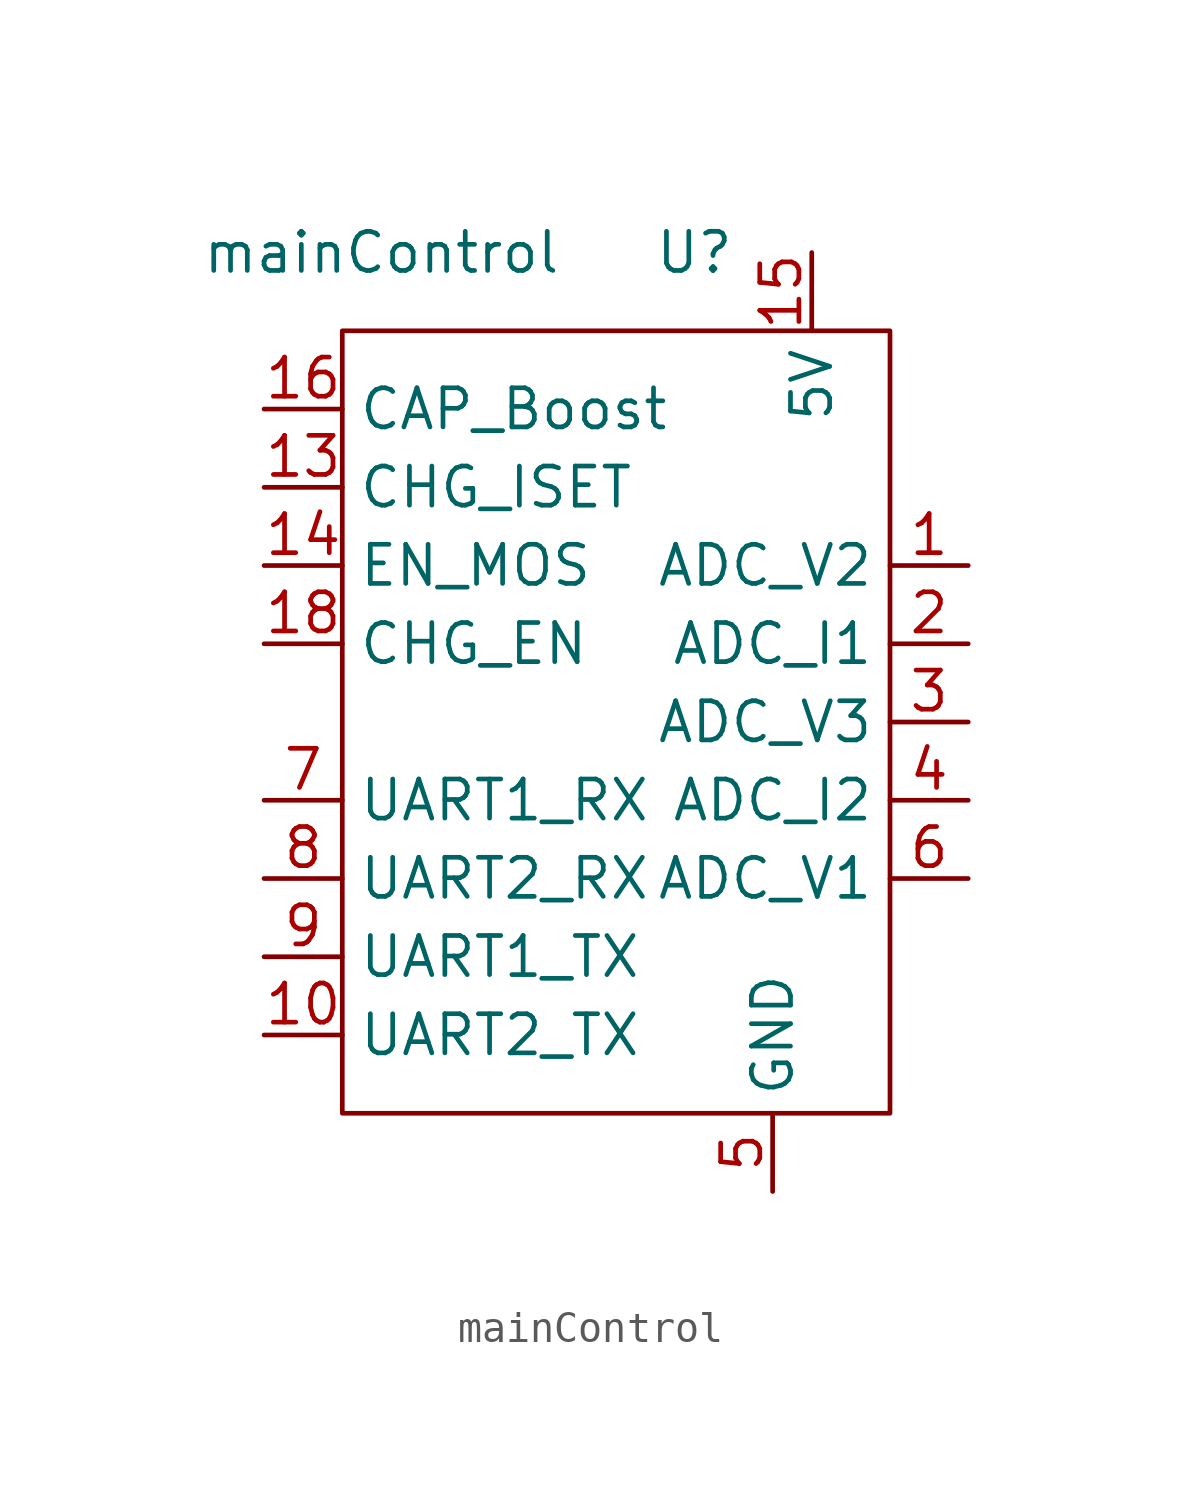
<source format=kicad_sym>
(kicad_symbol_lib
  (version 20211014)
  (generator kicad_symbol_editor)
  (symbol "mainControl"
    (property "Reference" "U"
      (at 3.81 8.89 0)
      (effects (font (size 1.27 1.27))))
    (property "Value" "mainControl"
      (at -6.35 8.89 0)
      (effects (font (size 1.27 1.27))))
    (symbol "mainControl_0_1"
      (rectangle (start -7.62 6.35) (end 10.16 -19.05) (stroke (width 0.152) (type default) (color 0 0 0 0)) (fill (type none))))
    (symbol "mainControl_1_1"
      (pin bidirectional line (at 12.7 -1.27 180) (length 2.54) (name "ADC_V2" (effects (font (size 1.27 1.27)))) (number "1" (effects (font (size 1.27 1.27)))))
      (pin bidirectional line (at -10.16 -16.51 0) (length 2.54) (name "UART2_TX" (effects (font (size 1.27 1.27)))) (number "10" (effects (font (size 1.27 1.27)))))
      (pin power_in line (at 6.35 -21.59 90) (length 2.54) hide (name "GND" (effects (font (size 1.27 1.27)))) (number "11" (effects (font (size 1.27 1.27)))))
      (pin power_in line (at 6.35 -21.59 90) (length 2.54) hide (name "GND" (effects (font (size 1.27 1.27)))) (number "12" (effects (font (size 1.27 1.27)))))
      (pin bidirectional line (at -10.16 1.27 0) (length 2.54) (name "CHG_ISET" (effects (font (size 1.27 1.27)))) (number "13" (effects (font (size 1.27 1.27)))))
      (pin bidirectional line (at -10.16 -1.27 0) (length 2.54) (name "EN_MOS" (effects (font (size 1.27 1.27)))) (number "14" (effects (font (size 1.27 1.27)))))
      (pin power_in line (at 7.62 8.89 270) (length 2.54) (name "5V" (effects (font (size 1.27 1.27)))) (number "15" (effects (font (size 1.27 1.27)))))
      (pin bidirectional line (at -10.16 3.81 0) (length 2.54) (name "CAP_Boost" (effects (font (size 1.27 1.27)))) (number "16" (effects (font (size 1.27 1.27)))))
      (pin power_in line (at 6.35 -21.59 90) (length 2.54) hide (name "GND" (effects (font (size 1.27 1.27)))) (number "17" (effects (font (size 1.27 1.27)))))
      (pin bidirectional line (at -10.16 -3.81 0) (length 2.54) (name "CHG_EN" (effects (font (size 1.27 1.27)))) (number "18" (effects (font (size 1.27 1.27)))))
      (pin bidirectional line (at 12.7 -3.81 180) (length 2.54) (name "ADC_I1" (effects (font (size 1.27 1.27)))) (number "2" (effects (font (size 1.27 1.27)))))
      (pin bidirectional line (at 12.7 -6.35 180) (length 2.54) (name "ADC_V3" (effects (font (size 1.27 1.27)))) (number "3" (effects (font (size 1.27 1.27)))))
      (pin bidirectional line (at 12.7 -8.89 180) (length 2.54) (name "ADC_I2" (effects (font (size 1.27 1.27)))) (number "4" (effects (font (size 1.27 1.27)))))
      (pin power_in line (at 6.35 -21.59 90) (length 2.54) (name "GND" (effects (font (size 1.27 1.27)))) (number "5" (effects (font (size 1.27 1.27)))))
      (pin bidirectional line (at 12.7 -11.43 180) (length 2.54) (name "ADC_V1" (effects (font (size 1.27 1.27)))) (number "6" (effects (font (size 1.27 1.27)))))
      (pin bidirectional line (at -10.16 -8.89 0) (length 2.54) (name "UART1_RX" (effects (font (size 1.27 1.27)))) (number "7" (effects (font (size 1.27 1.27)))))
      (pin bidirectional line (at -10.16 -11.43 0) (length 2.54) (name "UART2_RX" (effects (font (size 1.27 1.27)))) (number "8" (effects (font (size 1.27 1.27)))))
      (pin bidirectional line (at -10.16 -13.97 0) (length 2.54) (name "UART1_TX" (effects (font (size 1.27 1.27)))) (number "9" (effects (font (size 1.27 1.27))))))))
</source>
